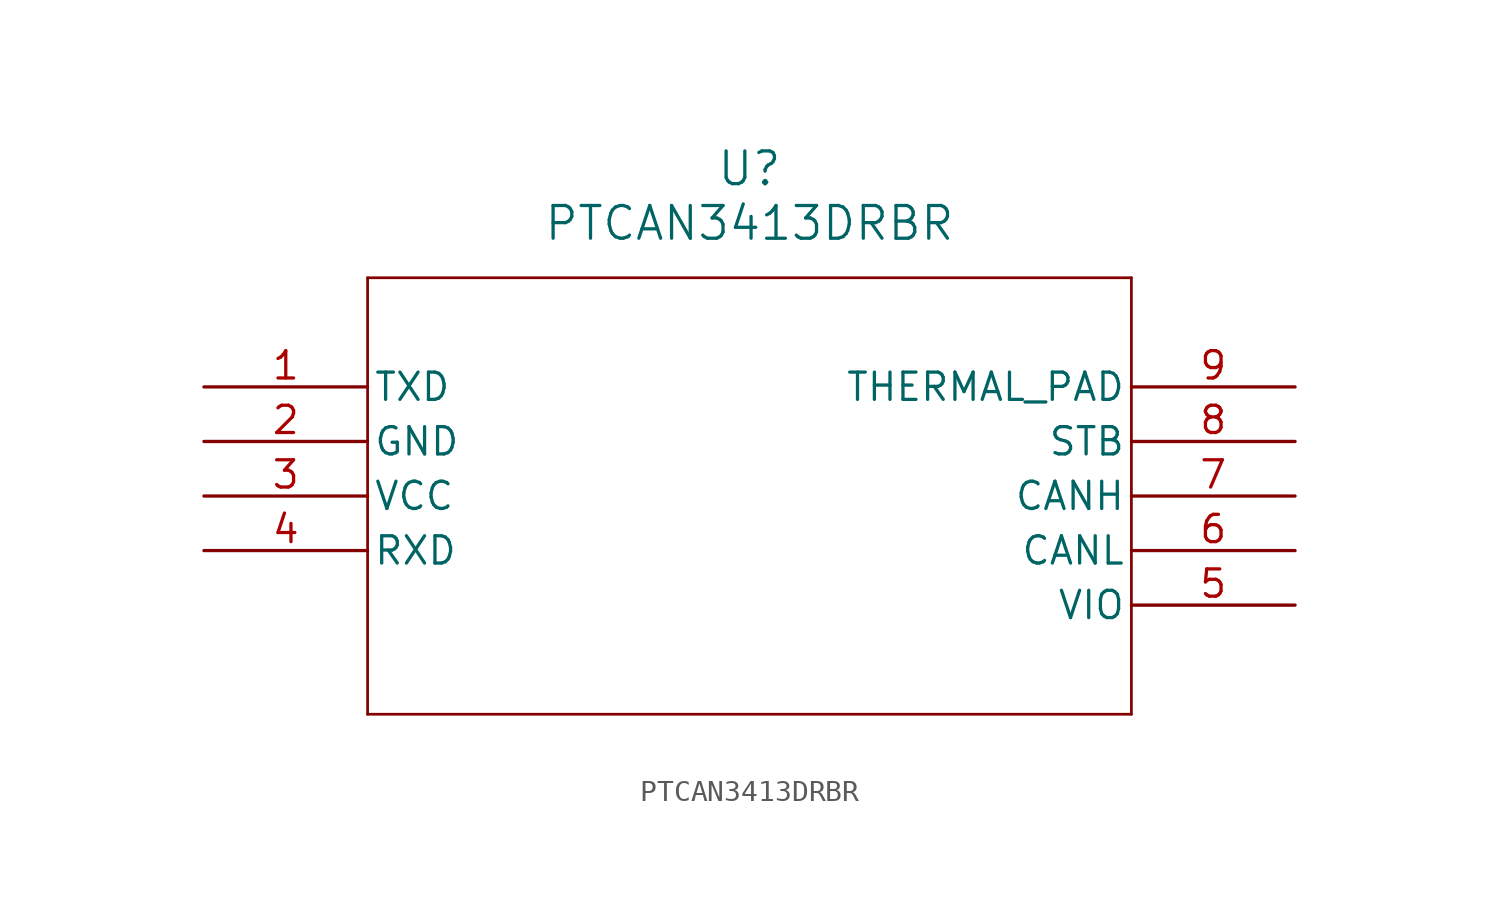
<source format=kicad_sym>
(kicad_symbol_lib
  (version 20220914)
  (generator kicad_symbol_editor)
  (symbol "PTCAN3413DRBR"
    (pin_names
      (offset 0.254))
    (property "Reference" "U"
      (at 25.4 10.16 0)
      (effects (font (size 1.524 1.524))))
    (property "Value" "PTCAN3413DRBR"
      (at 25.4 7.62 0)
      (effects (font (size 1.524 1.524))))
    (symbol "PTCAN3413DRBR_0_1"
      (polyline (pts (xy 7.62 -15.24) (xy 43.18 -15.24)) (stroke (width 0.127) (type default)) (fill (type none)))
      (polyline (pts (xy 7.62 5.08) (xy 7.62 -15.24)) (stroke (width 0.127) (type default)) (fill (type none)))
      (polyline (pts (xy 43.18 -15.24) (xy 43.18 5.08)) (stroke (width 0.127) (type default)) (fill (type none)))
      (polyline (pts (xy 43.18 5.08) (xy 7.62 5.08)) (stroke (width 0.127) (type default)) (fill (type none)))
      (pin input line (at 0 0 0) (length 7.62) (name "TXD" (effects (font (size 1.27 1.27)))) (number "1" (effects (font (size 1.27 1.27)))))
      (pin power_out line (at 0 -2.54 0) (length 7.62) (name "GND" (effects (font (size 1.27 1.27)))) (number "2" (effects (font (size 1.27 1.27)))))
      (pin power_in line (at 0 -5.08 0) (length 7.62) (name "VCC" (effects (font (size 1.27 1.27)))) (number "3" (effects (font (size 1.27 1.27)))))
      (pin output line (at 0 -7.62 0) (length 7.62) (name "RXD" (effects (font (size 1.27 1.27)))) (number "4" (effects (font (size 1.27 1.27)))))
      (pin power_in line (at 50.8 -10.16 180) (length 7.62) (name "VIO" (effects (font (size 1.27 1.27)))) (number "5" (effects (font (size 1.27 1.27)))))
      (pin bidirectional line (at 50.8 -7.62 180) (length 7.62) (name "CANL" (effects (font (size 1.27 1.27)))) (number "6" (effects (font (size 1.27 1.27)))))
      (pin bidirectional line (at 50.8 -5.08 180) (length 7.62) (name "CANH" (effects (font (size 1.27 1.27)))) (number "7" (effects (font (size 1.27 1.27)))))
      (pin input line (at 50.8 -2.54 180) (length 7.62) (name "STB" (effects (font (size 1.27 1.27)))) (number "8" (effects (font (size 1.27 1.27)))))
      (pin power_out line (at 50.8 0 180) (length 7.62) (name "THERMAL_PAD" (effects (font (size 1.27 1.27)))) (number "9" (effects (font (size 1.27 1.27))))))))
</source>
